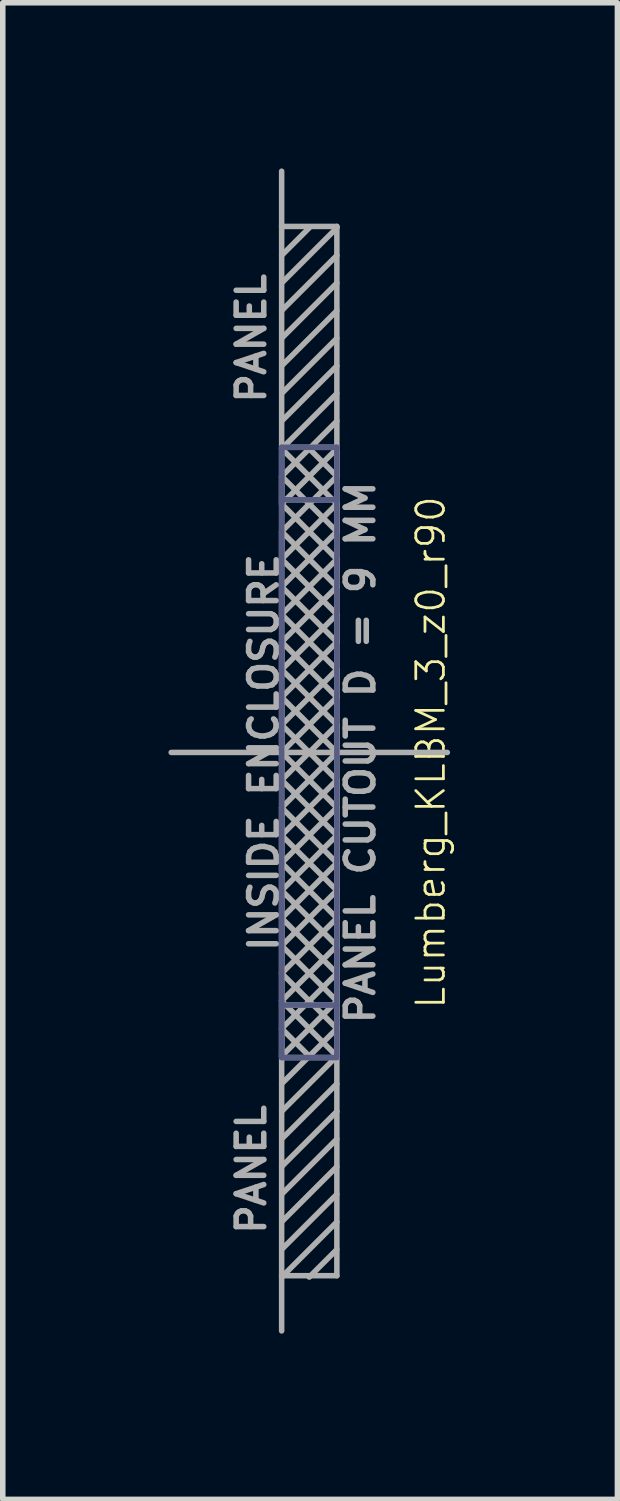
<source format=kicad_pcb>
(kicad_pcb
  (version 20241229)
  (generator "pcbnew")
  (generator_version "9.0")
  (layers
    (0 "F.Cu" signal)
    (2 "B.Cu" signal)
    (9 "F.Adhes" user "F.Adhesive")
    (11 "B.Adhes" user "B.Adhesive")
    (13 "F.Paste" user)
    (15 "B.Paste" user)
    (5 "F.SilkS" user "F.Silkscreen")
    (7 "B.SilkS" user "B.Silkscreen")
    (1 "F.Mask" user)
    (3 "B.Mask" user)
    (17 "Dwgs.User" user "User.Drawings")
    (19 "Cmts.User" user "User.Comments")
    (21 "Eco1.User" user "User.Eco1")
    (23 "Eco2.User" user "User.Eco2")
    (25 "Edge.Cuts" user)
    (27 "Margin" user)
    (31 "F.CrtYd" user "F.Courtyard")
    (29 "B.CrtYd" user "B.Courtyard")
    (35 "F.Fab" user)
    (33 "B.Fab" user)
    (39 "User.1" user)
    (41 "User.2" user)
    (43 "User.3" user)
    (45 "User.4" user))
  (footprint "Lumberg_KLBM_3_z0_r90"
    (layer "F.Cu")
    (at 2.05 10.575)
    (property "Reference" "Lumberg_KLBM_3_z0_r90" (at 2.7 0 90) (layer "F.SilkS") (effects (font (size 0.5 0.5) (thickness 0.05))))
    (attr through_hole)
    (fp_line (start 0 -5.525) (end 0 -5.5) (stroke (width 0.1) (type solid)) (layer "B.Fab"))
    (fp_line (start 0 -5.5) (end 0 -4.5) (stroke (width 0.1) (type solid)) (layer "B.Fab"))
    (fp_line (start 0 -4.575) (end 1 -4.575) (stroke (width 0.1) (type solid)) (layer "B.Fab"))
    (fp_line (start 0 4.5) (end 0 -5.5) (stroke (width 0.1) (type solid)) (layer "B.Fab"))
    (fp_line (start 0 4.575) (end 1 4.575) (stroke (width 0.1) (type solid)) (layer "B.Fab"))
    (fp_line (start 0 5.5) (end 0 4.5) (stroke (width 0.1) (type solid)) (layer "B.Fab"))
    (fp_line (start 0 5.525) (end 0 5.45) (stroke (width 0.1) (type solid)) (layer "B.Fab"))
    (fp_line (start 1 -5.525) (end 0 -5.525) (stroke (width 0.1) (type solid)) (layer "B.Fab"))
    (fp_line (start 1 -5.5) (end 1 -5.525) (stroke (width 0.1) (type solid)) (layer "B.Fab"))
    (fp_line (start 1 -5.5) (end 1 5.5) (stroke (width 0.1) (type solid)) (layer "B.Fab"))
    (fp_line (start 1 5.525) (end 0 5.525) (stroke (width 0.1) (type solid)) (layer "B.Fab"))
    (fp_line (start -2 0) (end 3 0) (stroke (width 0.1) (type solid)) (layer "F.Fab"))
    (fp_line (start 0 -9.525) (end 0 -10.525) (stroke (width 0.1) (type solid)) (layer "F.Fab"))
    (fp_line (start 0 -9.525) (end 1 -9.525) (stroke (width 0.1) (type solid)) (layer "F.Fab"))
    (fp_line (start 0 -9) (end 0.5 -9.5) (stroke (width 0.1) (type solid)) (layer "F.Fab"))
    (fp_line (start 0 -6.5) (end 1 -7.5) (stroke (width 0.1) (type solid)) (layer "F.Fab"))
    (fp_line (start 0 -5.525) (end 1 -5.525) (stroke (width 0.1) (type solid)) (layer "F.Fab"))
    (fp_line (start 0 -5.5) (end 1 -6.5) (stroke (width 0.1) (type solid)) (layer "F.Fab"))
    (fp_line (start 0 -5.5) (end 1 -4.5) (stroke (width 0.1) (type solid)) (layer "F.Fab"))
    (fp_line (start 0 -5) (end 0.5 -5.5) (stroke (width 0.1) (type solid)) (layer "F.Fab"))
    (fp_line (start 0 -5) (end 1 -4) (stroke (width 0.1) (type solid)) (layer "F.Fab"))
    (fp_line (start 0 -4.575) (end 1 -4.575) (stroke (width 0.1) (type solid)) (layer "F.Fab"))
    (fp_line (start 0 -4.5) (end 0 -5) (stroke (width 0.1) (type solid)) (layer "F.Fab"))
    (fp_line (start 0 -4.5) (end 1 -3.5) (stroke (width 0.1) (type solid)) (layer "F.Fab"))
    (fp_line (start 0 -4) (end 1 -5) (stroke (width 0.1) (type solid)) (layer "F.Fab"))
    (fp_line (start 0 -4) (end 1 -3) (stroke (width 0.1) (type solid)) (layer "F.Fab"))
    (fp_line (start 0 -3.5) (end 0 -4) (stroke (width 0.1) (type solid)) (layer "F.Fab"))
    (fp_line (start 0 -3.5) (end 1 -2.5) (stroke (width 0.1) (type solid)) (layer "F.Fab"))
    (fp_line (start 0 -3) (end 1 -4) (stroke (width 0.1) (type solid)) (layer "F.Fab"))
    (fp_line (start 0 -3) (end 1 -2) (stroke (width 0.1) (type solid)) (layer "F.Fab"))
    (fp_line (start 0 -2.5) (end 0 -3) (stroke (width 0.1) (type solid)) (layer "F.Fab"))
    (fp_line (start 0 -2) (end 1 -3) (stroke (width 0.1) (type solid)) (layer "F.Fab"))
    (fp_line (start 0 -2) (end 1 -1) (stroke (width 0.1) (type solid)) (layer "F.Fab"))
    (fp_line (start 0 -1.5) (end 0 -2) (stroke (width 0.1) (type solid)) (layer "F.Fab"))
    (fp_line (start 0 -1.5) (end 1 -0.5) (stroke (width 0.1) (type solid)) (layer "F.Fab"))
    (fp_line (start 0 -1) (end 1 -2) (stroke (width 0.1) (type solid)) (layer "F.Fab"))
    (fp_line (start 0 -0.5) (end 0 -1) (stroke (width 0.1) (type solid)) (layer "F.Fab"))
    (fp_line (start 0 -0.5) (end 0 0) (stroke (width 0.1) (type solid)) (layer "F.Fab"))
    (fp_line (start 0 0) (end 1 -1) (stroke (width 0.1) (type solid)) (layer "F.Fab"))
    (fp_line (start 0 0) (end 1 1) (stroke (width 0.1) (type solid)) (layer "F.Fab"))
    (fp_line (start 0 0.5) (end 0 0) (stroke (width 0.1) (type solid)) (layer "F.Fab"))
    (fp_line (start 0 1) (end 1 0) (stroke (width 0.1) (type solid)) (layer "F.Fab"))
    (fp_line (start 0 1) (end 1 2) (stroke (width 0.1) (type solid)) (layer "F.Fab"))
    (fp_line (start 0 1.5) (end 0 1) (stroke (width 0.1) (type solid)) (layer "F.Fab"))
    (fp_line (start 0 1.5) (end 0 2) (stroke (width 0.1) (type solid)) (layer "F.Fab"))
    (fp_line (start 0 2) (end 1 1) (stroke (width 0.1) (type solid)) (layer "F.Fab"))
    (fp_line (start 0 2) (end 1 3) (stroke (width 0.1) (type solid)) (layer "F.Fab"))
    (fp_line (start 0 2.5) (end 0 2) (stroke (width 0.1) (type solid)) (layer "F.Fab"))
    (fp_line (start 0 2.5) (end 0 3) (stroke (width 0.1) (type solid)) (layer "F.Fab"))
    (fp_line (start 0 3) (end 1 2) (stroke (width 0.1) (type solid)) (layer "F.Fab"))
    (fp_line (start 0 3) (end 1 4) (stroke (width 0.1) (type solid)) (layer "F.Fab"))
    (fp_line (start 0 3.5) (end 0 3) (stroke (width 0.1) (type solid)) (layer "F.Fab"))
    (fp_line (start 0 3.5) (end 0 4) (stroke (width 0.1) (type solid)) (layer "F.Fab"))
    (fp_line (start 0 4) (end 1 3) (stroke (width 0.1) (type solid)) (layer "F.Fab"))
    (fp_line (start 0 4) (end 1 5) (stroke (width 0.1) (type solid)) (layer "F.Fab"))
    (fp_line (start 0 4.5) (end 0 4) (stroke (width 0.1) (type solid)) (layer "F.Fab"))
    (fp_line (start 0 4.5) (end 0 5) (stroke (width 0.1) (type solid)) (layer "F.Fab"))
    (fp_line (start 0 4.575) (end 1 4.575) (stroke (width 0.1) (type solid)) (layer "F.Fab"))
    (fp_line (start 0 5) (end 0.5 5.5) (stroke (width 0.1) (type solid)) (layer "F.Fab"))
    (fp_line (start 0 5) (end 1 4) (stroke (width 0.1) (type solid)) (layer "F.Fab"))
    (fp_line (start 0 5.5) (end 0 5) (stroke (width 0.1) (type solid)) (layer "F.Fab"))
    (fp_line (start 0 5.525) (end 1 5.525) (stroke (width 0.1) (type solid)) (layer "F.Fab"))
    (fp_line (start 0 7) (end 1 6) (stroke (width 0.1) (type solid)) (layer "F.Fab"))
    (fp_line (start 0 8) (end 1 7) (stroke (width 0.1) (type solid)) (layer "F.Fab"))
    (fp_line (start 0 9) (end 1 8) (stroke (width 0.1) (type solid)) (layer "F.Fab"))
    (fp_line (start 0 9.475) (end 0 -9.525) (stroke (width 0.1) (type solid)) (layer "F.Fab"))
    (fp_line (start 0 9.475) (end 0 10.475) (stroke (width 0.1) (type solid)) (layer "F.Fab"))
    (fp_line (start 0.5 -5.5) (end 1 -5) (stroke (width 0.1) (type solid)) (layer "F.Fab"))
    (fp_line (start 0.5 5.5) (end 0 6) (stroke (width 0.1) (type solid)) (layer "F.Fab"))
    (fp_line (start 0.5 5.5) (end 1 5) (stroke (width 0.1) (type solid)) (layer "F.Fab"))
    (fp_line (start 0.5 9.5) (end 1 9) (stroke (width 0.1) (type solid)) (layer "F.Fab"))
    (fp_line (start 1 -9.525) (end 1 9.475) (stroke (width 0.1) (type solid)) (layer "F.Fab"))
    (fp_line (start 1 -9.5) (end 0 -8.5) (stroke (width 0.1) (type solid)) (layer "F.Fab"))
    (fp_line (start 1 -9) (end 0 -8) (stroke (width 0.1) (type solid)) (layer "F.Fab"))
    (fp_line (start 1 -8.5) (end 0 -7.5) (stroke (width 0.1) (type solid)) (layer "F.Fab"))
    (fp_line (start 1 -8) (end 0 -7) (stroke (width 0.1) (type solid)) (layer "F.Fab"))
    (fp_line (start 1 -7) (end 0 -6) (stroke (width 0.1) (type solid)) (layer "F.Fab"))
    (fp_line (start 1 -6) (end 0.5 -5.5) (stroke (width 0.1) (type solid)) (layer "F.Fab"))
    (fp_line (start 1 -5.5) (end 0 -4.5) (stroke (width 0.1) (type solid)) (layer "F.Fab"))
    (fp_line (start 1 -5) (end 1 -5.5) (stroke (width 0.1) (type solid)) (layer "F.Fab"))
    (fp_line (start 1 -4.5) (end 0 -3.5) (stroke (width 0.1) (type solid)) (layer "F.Fab"))
    (fp_line (start 1 -4) (end 1 -4.5) (stroke (width 0.1) (type solid)) (layer "F.Fab"))
    (fp_line (start 1 -3.5) (end 0 -2.5) (stroke (width 0.1) (type solid)) (layer "F.Fab"))
    (fp_line (start 1 -3) (end 1 -3.5) (stroke (width 0.1) (type solid)) (layer "F.Fab"))
    (fp_line (start 1 -2.5) (end 0 -1.5) (stroke (width 0.1) (type solid)) (layer "F.Fab"))
    (fp_line (start 1 -2) (end 1 -2.5) (stroke (width 0.1) (type solid)) (layer "F.Fab"))
    (fp_line (start 1 -1.5) (end 0 -2.5) (stroke (width 0.1) (type solid)) (layer "F.Fab"))
    (fp_line (start 1 -1.5) (end 0 -0.5) (stroke (width 0.1) (type solid)) (layer "F.Fab"))
    (fp_line (start 1 -1) (end 1 -1.5) (stroke (width 0.1) (type solid)) (layer "F.Fab"))
    (fp_line (start 1 -0.5) (end 0 0.5) (stroke (width 0.1) (type solid)) (layer "F.Fab"))
    (fp_line (start 1 -0.5) (end 1 0) (stroke (width 0.1) (type solid)) (layer "F.Fab"))
    (fp_line (start 1 0) (end 0 -1) (stroke (width 0.1) (type solid)) (layer "F.Fab"))
    (fp_line (start 1 0) (end 1 -0.5) (stroke (width 0.1) (type solid)) (layer "F.Fab"))
    (fp_line (start 1 0.5) (end 0 -0.5) (stroke (width 0.1) (type solid)) (layer "F.Fab"))
    (fp_line (start 1 0.5) (end 0 1.5) (stroke (width 0.1) (type solid)) (layer "F.Fab"))
    (fp_line (start 1 1) (end 1 0.5) (stroke (width 0.1) (type solid)) (layer "F.Fab"))
    (fp_line (start 1 1) (end 1 1.5) (stroke (width 0.1) (type solid)) (layer "F.Fab"))
    (fp_line (start 1 1.5) (end 0 0.5) (stroke (width 0.1) (type solid)) (layer "F.Fab"))
    (fp_line (start 1 1.5) (end 0 2.5) (stroke (width 0.1) (type solid)) (layer "F.Fab"))
    (fp_line (start 1 2) (end 1 1.5) (stroke (width 0.1) (type solid)) (layer "F.Fab"))
    (fp_line (start 1 2) (end 1 2.5) (stroke (width 0.1) (type solid)) (layer "F.Fab"))
    (fp_line (start 1 2.5) (end 0 1.5) (stroke (width 0.1) (type solid)) (layer "F.Fab"))
    (fp_line (start 1 2.5) (end 0 3.5) (stroke (width 0.1) (type solid)) (layer "F.Fab"))
    (fp_line (start 1 3) (end 1 2.5) (stroke (width 0.1) (type solid)) (layer "F.Fab"))
    (fp_line (start 1 3) (end 1 3.5) (stroke (width 0.1) (type solid)) (layer "F.Fab"))
    (fp_line (start 1 3.5) (end 0 2.5) (stroke (width 0.1) (type solid)) (layer "F.Fab"))
    (fp_line (start 1 3.5) (end 0 4.5) (stroke (width 0.1) (type solid)) (layer "F.Fab"))
    (fp_line (start 1 4) (end 1 3.5) (stroke (width 0.1) (type solid)) (layer "F.Fab"))
    (fp_line (start 1 4) (end 1 4.5) (stroke (width 0.1) (type solid)) (layer "F.Fab"))
    (fp_line (start 1 4.5) (end 0 3.5) (stroke (width 0.1) (type solid)) (layer "F.Fab"))
    (fp_line (start 1 4.5) (end 0 5.5) (stroke (width 0.1) (type solid)) (layer "F.Fab"))
    (fp_line (start 1 5) (end 1 4.5) (stroke (width 0.1) (type solid)) (layer "F.Fab"))
    (fp_line (start 1 5) (end 1 5.5) (stroke (width 0.1) (type solid)) (layer "F.Fab"))
    (fp_line (start 1 5.5) (end 0 4.5) (stroke (width 0.1) (type solid)) (layer "F.Fab"))
    (fp_line (start 1 5.5) (end 0 6.5) (stroke (width 0.1) (type solid)) (layer "F.Fab"))
    (fp_line (start 1 6.5) (end 0 7.5) (stroke (width 0.1) (type solid)) (layer "F.Fab"))
    (fp_line (start 1 7.5) (end 0 8.5) (stroke (width 0.1) (type solid)) (layer "F.Fab"))
    (fp_line (start 1 8.5) (end 0 9.5) (stroke (width 0.1) (type solid)) (layer "F.Fab"))
    (fp_line (start 1 9.475) (end 0 9.475) (stroke (width 0.1) (type solid)) (layer "F.Fab"))
    (fp_text user "PANEL" (at -0.55 -7.5 90) (layer "F.Fab") (effects (font (size 0.5 0.5) (thickness 0.1))))
    (fp_text user "INSIDE ENCLOSURE" (at -0.325 0 90) (layer "F.Fab") (effects (font (size 0.5 0.5) (thickness 0.1))))
    (fp_text user "PANEL" (at -0.55 7.55 90) (layer "F.Fab") (effects (font (size 0.5 0.5) (thickness 0.1))))
    (fp_text user "PANEL CUTOUT D = 9 MM" (at 1.425 0 90) (layer "F.Fab") (effects (font (size 0.5 0.5) (thickness 0.1)))))
  (gr_rect
    (start -3 -3)
    (end 8.13 24.1)
    (stroke (width 0.1) (type default))
    (fill no)
    (layer "Edge.Cuts")))
</source>
